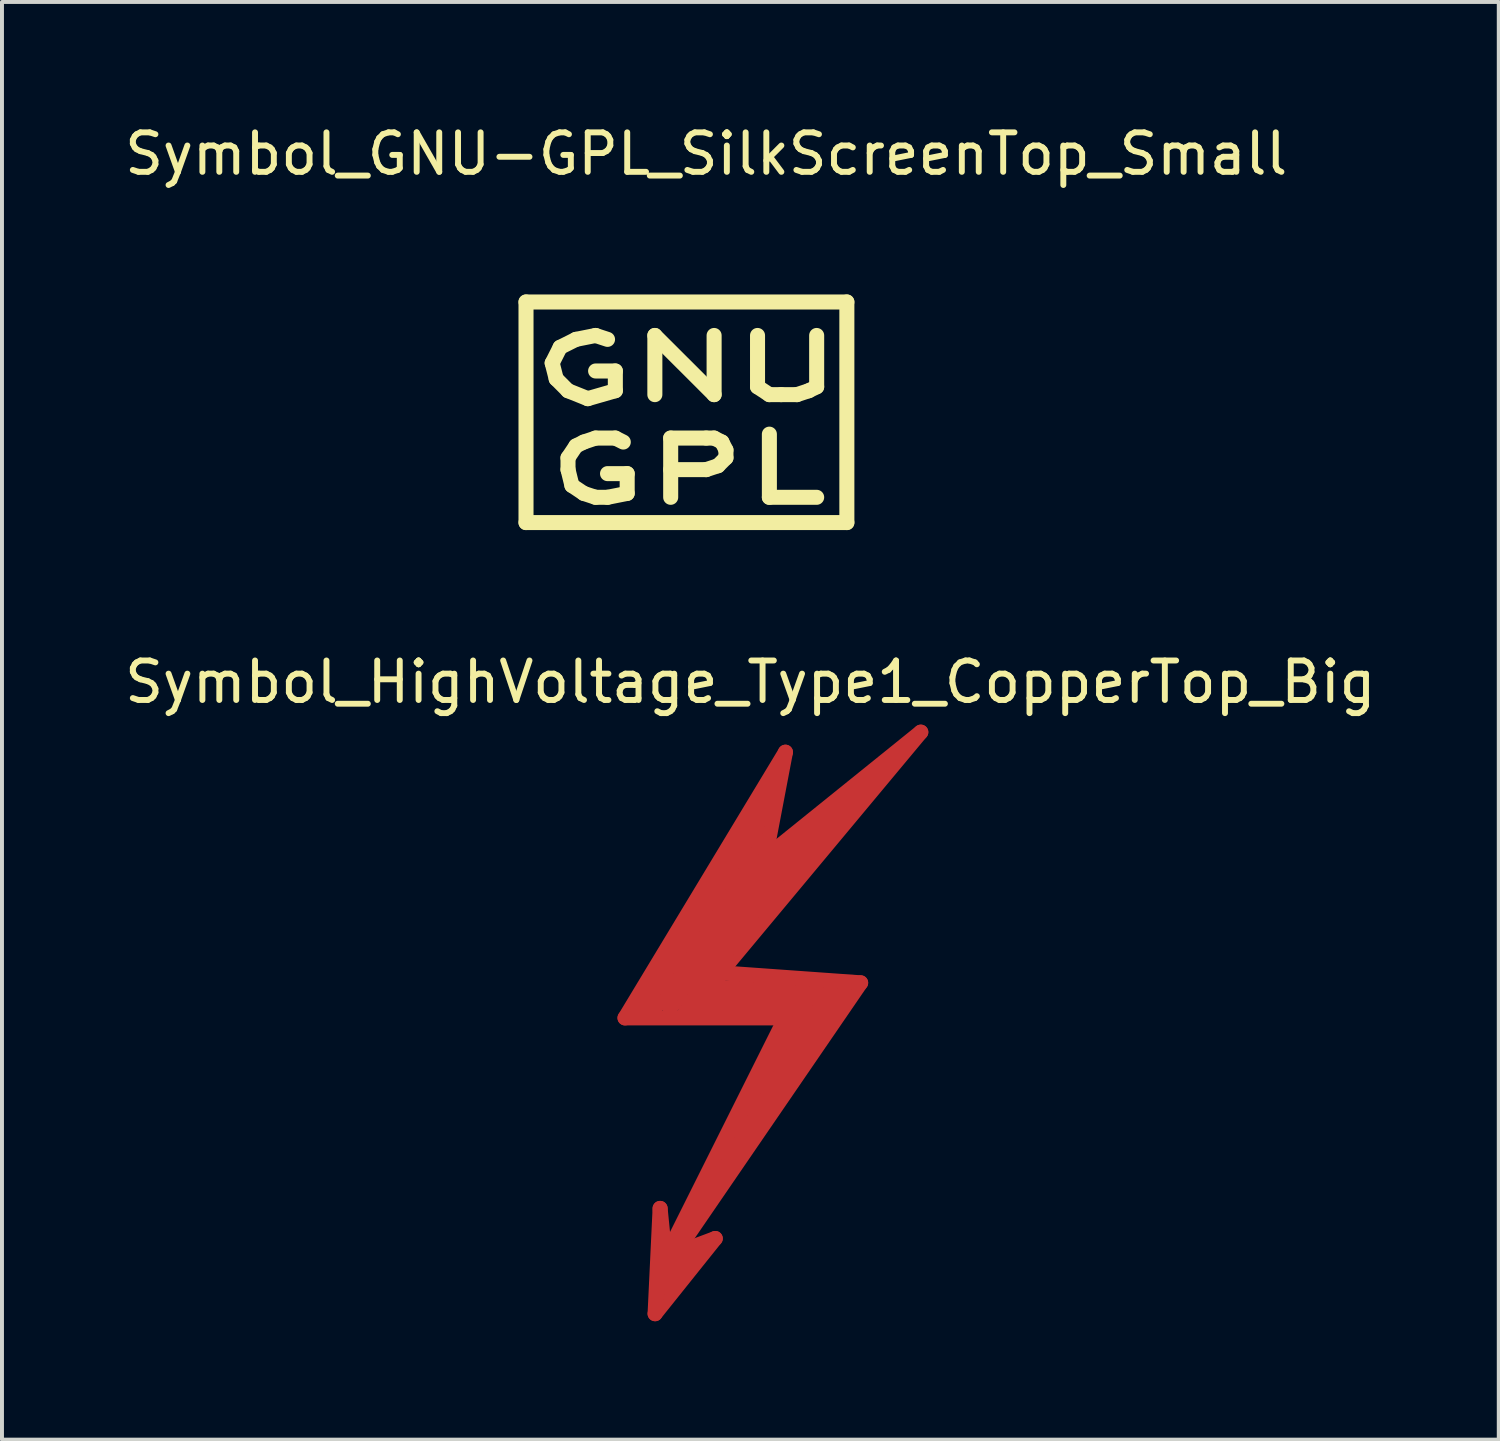
<source format=kicad_pcb>
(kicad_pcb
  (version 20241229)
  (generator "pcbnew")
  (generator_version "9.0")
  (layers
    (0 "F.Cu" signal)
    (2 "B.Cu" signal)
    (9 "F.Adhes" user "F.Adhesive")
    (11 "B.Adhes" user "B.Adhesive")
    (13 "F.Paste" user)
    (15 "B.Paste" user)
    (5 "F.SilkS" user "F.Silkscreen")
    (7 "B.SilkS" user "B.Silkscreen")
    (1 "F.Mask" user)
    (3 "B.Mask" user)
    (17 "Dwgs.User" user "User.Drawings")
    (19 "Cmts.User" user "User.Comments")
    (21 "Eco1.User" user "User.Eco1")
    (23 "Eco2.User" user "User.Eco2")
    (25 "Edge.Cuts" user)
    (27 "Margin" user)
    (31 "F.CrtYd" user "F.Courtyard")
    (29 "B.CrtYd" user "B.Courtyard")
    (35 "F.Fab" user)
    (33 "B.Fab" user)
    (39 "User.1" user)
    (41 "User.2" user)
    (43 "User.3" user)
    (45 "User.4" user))
  (footprint "Symbol_GNU-GPL_SilkScreenTop_Small"
    (layer "F.Cu")
    (at 14.339 7.648)
    (property "Reference" "Symbol_GNU-GPL_SilkScreenTop_Small" (at 0.5 -6.8 0) (layer "F.SilkS") (effects (font (size 1 1) (thickness 0.15))))
    (attr exclude_from_pos_files exclude_from_bom)
    (fp_line (start -4.064 -3.048) (end 4.064 -3.048) (stroke (width 0.381) (type solid)) (layer "F.SilkS"))
    (fp_line (start -4.064 2.54) (end -4.064 -3.048) (stroke (width 0.381) (type solid)) (layer "F.SilkS"))
    (fp_line (start -3.401 -1.501) (end -3.299 -1.1) (stroke (width 0.381) (type solid)) (layer "F.SilkS"))
    (fp_line (start -3.299 -1.1) (end -3 -0.8) (stroke (width 0.381) (type solid)) (layer "F.SilkS"))
    (fp_line (start -3.2 -1.9) (end -3.401 -1.501) (stroke (width 0.381) (type solid)) (layer "F.SilkS"))
    (fp_line (start -3 -0.8) (end -2.499 -0.599) (stroke (width 0.381) (type solid)) (layer "F.SilkS"))
    (fp_line (start -3 0.899) (end -3 1.199) (stroke (width 0.381) (type solid)) (layer "F.SilkS"))
    (fp_line (start -3 1.199) (end -2.901 1.6) (stroke (width 0.381) (type solid)) (layer "F.SilkS"))
    (fp_line (start -2.901 1.6) (end -2.601 1.801) (stroke (width 0.381) (type solid)) (layer "F.SilkS"))
    (fp_line (start -2.799 -2.101) (end -3.2 -1.9) (stroke (width 0.381) (type solid)) (layer "F.SilkS"))
    (fp_line (start -2.799 0.599) (end -3 0.899) (stroke (width 0.381) (type solid)) (layer "F.SilkS"))
    (fp_line (start -2.601 0.5) (end -2.799 0.599) (stroke (width 0.381) (type solid)) (layer "F.SilkS"))
    (fp_line (start -2.601 1.801) (end -2.301 1.9) (stroke (width 0.381) (type solid)) (layer "F.SilkS"))
    (fp_line (start -2.499 -0.599) (end -1.801 -0.8) (stroke (width 0.381) (type solid)) (layer "F.SilkS"))
    (fp_line (start -2.301 -2.2) (end -2.799 -2.101) (stroke (width 0.381) (type solid)) (layer "F.SilkS"))
    (fp_line (start -2.301 0.399) (end -2.601 0.5) (stroke (width 0.381) (type solid)) (layer "F.SilkS"))
    (fp_line (start -2.301 1.9) (end -1.999 1.9) (stroke (width 0.381) (type solid)) (layer "F.SilkS"))
    (fp_line (start -1.999 -2.101) (end -2.301 -2.2) (stroke (width 0.381) (type solid)) (layer "F.SilkS"))
    (fp_line (start -1.999 1.9) (end -1.501 1.801) (stroke (width 0.381) (type solid)) (layer "F.SilkS"))
    (fp_line (start -1.801 -1.3) (end -2.301 -1.3) (stroke (width 0.381) (type solid)) (layer "F.SilkS"))
    (fp_line (start -1.801 -0.8) (end -1.801 -1.3) (stroke (width 0.381) (type solid)) (layer "F.SilkS"))
    (fp_line (start -1.801 0.399) (end -2.301 0.399) (stroke (width 0.381) (type solid)) (layer "F.SilkS"))
    (fp_line (start -1.6 0.5) (end -1.801 0.399) (stroke (width 0.381) (type solid)) (layer "F.SilkS"))
    (fp_line (start -1.501 1.3) (end -1.999 1.3) (stroke (width 0.381) (type solid)) (layer "F.SilkS"))
    (fp_line (start -1.501 1.801) (end -1.501 1.3) (stroke (width 0.381) (type solid)) (layer "F.SilkS"))
    (fp_line (start -0.8 -2.2) (end 0.701 -0.701) (stroke (width 0.381) (type solid)) (layer "F.SilkS"))
    (fp_line (start -0.8 -0.701) (end -0.8 -2.2) (stroke (width 0.381) (type solid)) (layer "F.SilkS"))
    (fp_line (start -0.399 0.399) (end 0.5 0.399) (stroke (width 0.381) (type solid)) (layer "F.SilkS"))
    (fp_line (start -0.399 1.9) (end -0.399 0.399) (stroke (width 0.381) (type solid)) (layer "F.SilkS"))
    (fp_line (start 0.5 0.399) (end 0.701 0.399) (stroke (width 0.381) (type solid)) (layer "F.SilkS"))
    (fp_line (start 0.5 1.199) (end -0.399 1.199) (stroke (width 0.381) (type solid)) (layer "F.SilkS"))
    (fp_line (start 0.701 -0.701) (end 0.701 -2.2) (stroke (width 0.381) (type solid)) (layer "F.SilkS"))
    (fp_line (start 0.701 0.399) (end 0.899 0.5) (stroke (width 0.381) (type solid)) (layer "F.SilkS"))
    (fp_line (start 0.8 1.1) (end 0.5 1.199) (stroke (width 0.381) (type solid)) (layer "F.SilkS"))
    (fp_line (start 0.899 0.5) (end 1.001 0.701) (stroke (width 0.381) (type solid)) (layer "F.SilkS"))
    (fp_line (start 1.001 0.701) (end 1.001 0.899) (stroke (width 0.381) (type solid)) (layer "F.SilkS"))
    (fp_line (start 1.001 0.899) (end 0.8 1.1) (stroke (width 0.381) (type solid)) (layer "F.SilkS"))
    (fp_line (start 1.801 -2.2) (end 1.801 -0.899) (stroke (width 0.381) (type solid)) (layer "F.SilkS"))
    (fp_line (start 1.801 -0.899) (end 2.101 -0.701) (stroke (width 0.381) (type solid)) (layer "F.SilkS"))
    (fp_line (start 2.101 -0.701) (end 2.4 -0.701) (stroke (width 0.381) (type solid)) (layer "F.SilkS"))
    (fp_line (start 2.101 0.3) (end 2.101 1.9) (stroke (width 0.381) (type solid)) (layer "F.SilkS"))
    (fp_line (start 2.101 1.9) (end 3.299 1.9) (stroke (width 0.381) (type solid)) (layer "F.SilkS"))
    (fp_line (start 2.4 -0.701) (end 2.799 -0.701) (stroke (width 0.381) (type solid)) (layer "F.SilkS"))
    (fp_line (start 2.799 -0.701) (end 3.099 -0.8) (stroke (width 0.381) (type solid)) (layer "F.SilkS"))
    (fp_line (start 3.099 -0.8) (end 3.299 -0.899) (stroke (width 0.381) (type solid)) (layer "F.SilkS"))
    (fp_line (start 3.299 -0.899) (end 3.299 -2.2) (stroke (width 0.381) (type solid)) (layer "F.SilkS"))
    (fp_line (start 4.064 -3.048) (end 4.064 2.54) (stroke (width 0.381) (type solid)) (layer "F.SilkS"))
    (fp_line (start 4.064 2.54) (end -4.064 2.54) (stroke (width 0.381) (type solid)) (layer "F.SilkS")))
  (footprint "Symbol_HighVoltage_Type1_CopperTop_Big"
    (layer "F.Cu")
    (at 15.958 22.355)
    (property "Reference" "Symbol_HighVoltage_Type1_CopperTop_Big" (at 0 -8.128 0) (layer "F.SilkS") (effects (font (size 1 1) (thickness 0.15))))
    (attr exclude_from_pos_files exclude_from_bom)
    (fp_line (start -3.175 0.381) (end 0.889 0.381) (stroke (width 0.381) (type solid)) (layer "F.Cu"))
    (fp_line (start -2.794 0.254) (end 0.381 -4.318) (stroke (width 0.381) (type solid)) (layer "F.Cu"))
    (fp_line (start -2.413 0.127) (end 0.254 -3.556) (stroke (width 0.381) (type solid)) (layer "F.Cu"))
    (fp_line (start -2.413 7.874) (end -0.889 5.969) (stroke (width 0.381) (type solid)) (layer "F.Cu"))
    (fp_line (start -2.286 5.207) (end -2.413 7.874) (stroke (width 0.381) (type solid)) (layer "F.Cu"))
    (fp_line (start -2.286 7.239) (end -1.905 6.35) (stroke (width 0.381) (type solid)) (layer "F.Cu"))
    (fp_line (start -2.159 6.477) (end -2.286 5.207) (stroke (width 0.381) (type solid)) (layer "F.Cu"))
    (fp_line (start -2.032 0.127) (end 2.667 -5.207) (stroke (width 0.381) (type solid)) (layer "F.Cu"))
    (fp_line (start -1.905 6.096) (end -1.778 6.223) (stroke (width 0.381) (type solid)) (layer "F.Cu"))
    (fp_line (start -1.905 6.35) (end -1.778 5.969) (stroke (width 0.381) (type solid)) (layer "F.Cu"))
    (fp_line (start -1.905 6.35) (end 2.794 -0.508) (stroke (width 0.381) (type solid)) (layer "F.Cu"))
    (fp_line (start -1.778 5.969) (end -1.905 6.096) (stroke (width 0.381) (type solid)) (layer "F.Cu"))
    (fp_line (start -1.651 0.254) (end 2.032 0.127) (stroke (width 0.381) (type solid)) (layer "F.Cu"))
    (fp_line (start -1.524 6.477) (end -2.286 7.239) (stroke (width 0.381) (type solid)) (layer "F.Cu"))
    (fp_line (start -1.397 5.461) (end 1.397 0.127) (stroke (width 0.381) (type solid)) (layer "F.Cu"))
    (fp_line (start -1.143 0) (end 1.905 -0.127) (stroke (width 0.381) (type solid)) (layer "F.Cu"))
    (fp_line (start -1.016 -1.524) (end 1.524 -4.445) (stroke (width 0.381) (type solid)) (layer "F.Cu"))
    (fp_line (start -1.016 -1.016) (end -0.762 -0.381) (stroke (width 0.381) (type solid)) (layer "F.Cu"))
    (fp_line (start -1.016 -0.381) (end -1.143 0) (stroke (width 0.381) (type solid)) (layer "F.Cu"))
    (fp_line (start -0.889 5.969) (end -1.905 6.35) (stroke (width 0.381) (type solid)) (layer "F.Cu"))
    (fp_line (start -0.762 -0.762) (end 4.318 -6.858) (stroke (width 0.381) (type solid)) (layer "F.Cu"))
    (fp_line (start 0.254 -3.556) (end -2.032 0.127) (stroke (width 0.381) (type solid)) (layer "F.Cu"))
    (fp_line (start 0.381 -4.318) (end -2.413 0.127) (stroke (width 0.381) (type solid)) (layer "F.Cu"))
    (fp_line (start 0.381 -3.683) (end 0.889 -6.35) (stroke (width 0.381) (type solid)) (layer "F.Cu"))
    (fp_line (start 0.508 -5.588) (end 0.381 -4.953) (stroke (width 0.381) (type solid)) (layer "F.Cu"))
    (fp_line (start 0.508 -5.08) (end -2.794 0.254) (stroke (width 0.381) (type solid)) (layer "F.Cu"))
    (fp_line (start 0.889 -6.35) (end -3.175 0.381) (stroke (width 0.381) (type solid)) (layer "F.Cu"))
    (fp_line (start 0.889 0.381) (end -2.159 6.477) (stroke (width 0.381) (type solid)) (layer "F.Cu"))
    (fp_line (start 1.397 0.127) (end 2.032 0.127) (stroke (width 0.381) (type solid)) (layer "F.Cu"))
    (fp_line (start 1.524 -4.445) (end -1.651 0.254) (stroke (width 0.381) (type solid)) (layer "F.Cu"))
    (fp_line (start 1.905 -0.127) (end -1.397 5.461) (stroke (width 0.381) (type solid)) (layer "F.Cu"))
    (fp_line (start 2.032 0.127) (end 0.762 2.159) (stroke (width 0.381) (type solid)) (layer "F.Cu"))
    (fp_line (start 2.032 0.127) (end 2.413 -0.381) (stroke (width 0.381) (type solid)) (layer "F.Cu"))
    (fp_line (start 2.413 -0.381) (end -1.016 -0.381) (stroke (width 0.381) (type solid)) (layer "F.Cu"))
    (fp_line (start 2.667 -5.207) (end -1.016 -1.524) (stroke (width 0.381) (type solid)) (layer "F.Cu"))
    (fp_line (start 2.794 -0.508) (end -0.762 -0.762) (stroke (width 0.381) (type solid)) (layer "F.Cu"))
    (fp_line (start 3.048 -5.461) (end 0.127 -3.175) (stroke (width 0.381) (type solid)) (layer "F.Cu"))
    (fp_line (start 4.318 -6.858) (end 0.381 -3.683) (stroke (width 0.381) (type solid)) (layer "F.Cu")))
  (gr_rect
    (start -3 -3)
    (end 34.917 33.419)
    (stroke (width 0.1) (type default))
    (fill no)
    (layer "Edge.Cuts")))
</source>
